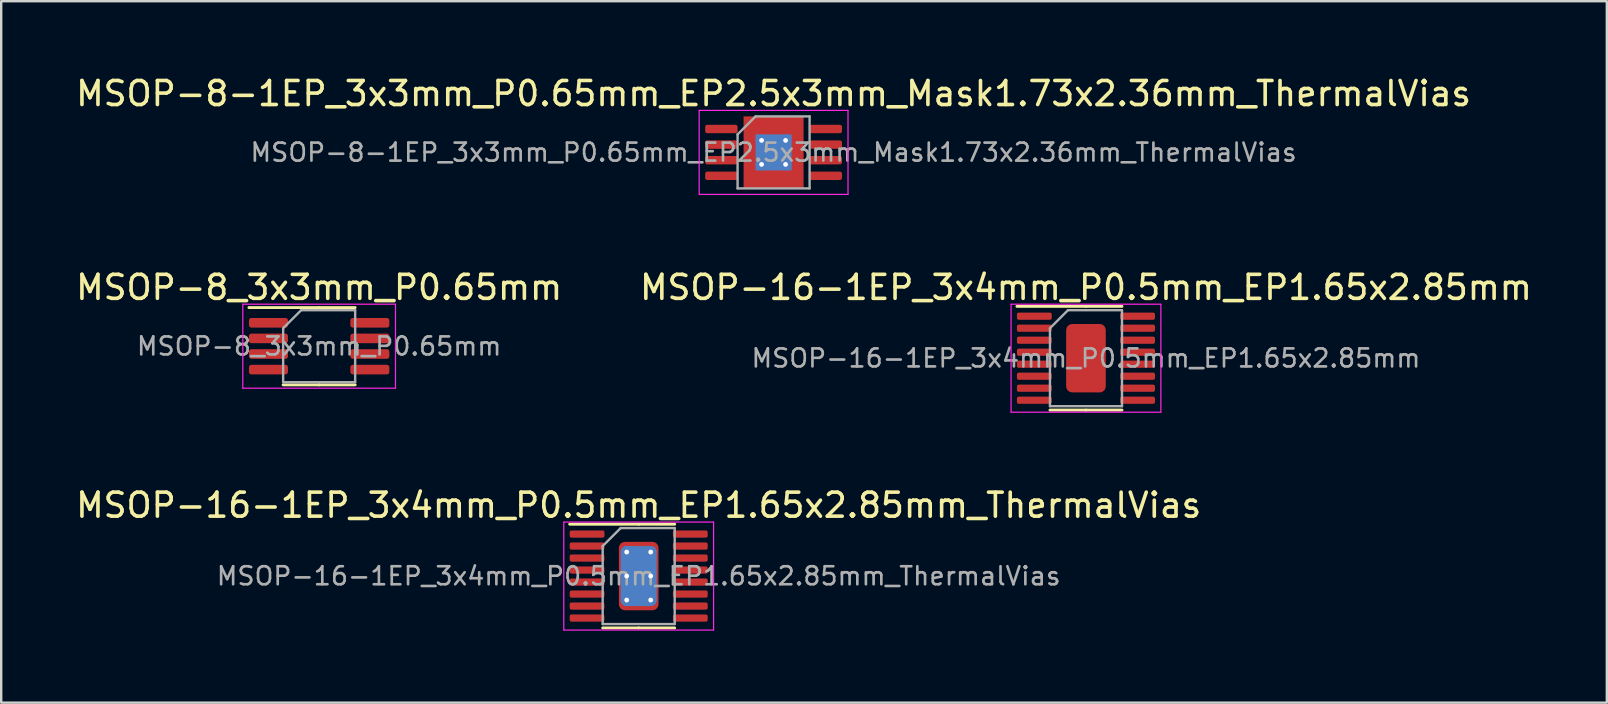
<source format=kicad_pcb>
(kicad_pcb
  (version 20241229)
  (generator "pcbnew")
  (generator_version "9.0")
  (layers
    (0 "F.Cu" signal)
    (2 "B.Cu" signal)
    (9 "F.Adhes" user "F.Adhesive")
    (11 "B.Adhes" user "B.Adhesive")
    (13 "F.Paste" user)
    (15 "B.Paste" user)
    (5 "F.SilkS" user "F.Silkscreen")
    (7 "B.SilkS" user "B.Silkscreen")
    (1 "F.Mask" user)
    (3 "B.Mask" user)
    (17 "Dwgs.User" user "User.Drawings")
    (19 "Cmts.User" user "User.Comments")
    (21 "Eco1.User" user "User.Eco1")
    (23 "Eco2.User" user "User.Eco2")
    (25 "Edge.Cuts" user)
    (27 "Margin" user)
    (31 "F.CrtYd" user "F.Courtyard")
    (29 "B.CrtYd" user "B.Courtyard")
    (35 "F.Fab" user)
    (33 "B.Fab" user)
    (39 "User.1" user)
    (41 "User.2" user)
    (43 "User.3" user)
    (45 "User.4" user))
  (footprint "MSOP-16-1EP_3x4mm_P0.5mm_EP1.65x2.85mm"
    (layer "F.Cu")
    (at 42.185 11.871)
    (property "Reference" "MSOP-16-1EP_3x4mm_P0.5mm_EP1.65x2.85mm" (at 0 -2.95 0) (layer "F.SilkS") (effects (font (size 1 1) (thickness 0.15))))
    (attr smd)
    (fp_line (start 0 -2.16) (end -2.875 -2.16) (stroke (width 0.12) (type solid)) (layer "F.SilkS"))
    (fp_line (start 0 -2.16) (end 1.5 -2.16) (stroke (width 0.12) (type solid)) (layer "F.SilkS"))
    (fp_line (start 0 2.16) (end -1.5 2.16) (stroke (width 0.12) (type solid)) (layer "F.SilkS"))
    (fp_line (start 0 2.16) (end 1.5 2.16) (stroke (width 0.12) (type solid)) (layer "F.SilkS"))
    (fp_line (start -3.12 -2.25) (end -3.12 2.25) (stroke (width 0.05) (type solid)) (layer "F.CrtYd"))
    (fp_line (start -3.12 2.25) (end 3.12 2.25) (stroke (width 0.05) (type solid)) (layer "F.CrtYd"))
    (fp_line (start 3.12 -2.25) (end -3.12 -2.25) (stroke (width 0.05) (type solid)) (layer "F.CrtYd"))
    (fp_line (start 3.12 2.25) (end 3.12 -2.25) (stroke (width 0.05) (type solid)) (layer "F.CrtYd"))
    (fp_line (start -1.5 -1.25) (end -0.75 -2) (stroke (width 0.1) (type solid)) (layer "F.Fab"))
    (fp_line (start -1.5 2) (end -1.5 -1.25) (stroke (width 0.1) (type solid)) (layer "F.Fab"))
    (fp_line (start -0.75 -2) (end 1.5 -2) (stroke (width 0.1) (type solid)) (layer "F.Fab"))
    (fp_line (start 1.5 -2) (end 1.5 2) (stroke (width 0.1) (type solid)) (layer "F.Fab"))
    (fp_line (start 1.5 2) (end -1.5 2) (stroke (width 0.1) (type solid)) (layer "F.Fab"))
    (fp_text user "${REFERENCE}" (at 0 0 0) (layer "F.Fab") (effects (font (size 0.75 0.75) (thickness 0.11))))
    (pad "" smd roundrect (at -0.41 -0.71) (size 0.67 1.15) (layers "F.Paste") (roundrect_rratio 0.25))
    (pad "" smd roundrect (at -0.41 0.71) (size 0.67 1.15) (layers "F.Paste") (roundrect_rratio 0.25))
    (pad "" smd roundrect (at 0.41 -0.71) (size 0.67 1.15) (layers "F.Paste") (roundrect_rratio 0.25))
    (pad "" smd roundrect (at 0.41 0.71) (size 0.67 1.15) (layers "F.Paste") (roundrect_rratio 0.25))
    (pad "1" smd roundrect (at -2.15 -1.75) (size 1.45 0.3) (layers "F.Cu" "F.Mask" "F.Paste") (roundrect_rratio 0.25))
    (pad "2" smd roundrect (at -2.15 -1.25) (size 1.45 0.3) (layers "F.Cu" "F.Mask" "F.Paste") (roundrect_rratio 0.25))
    (pad "3" smd roundrect (at -2.15 -0.75) (size 1.45 0.3) (layers "F.Cu" "F.Mask" "F.Paste") (roundrect_rratio 0.25))
    (pad "4" smd roundrect (at -2.15 -0.25) (size 1.45 0.3) (layers "F.Cu" "F.Mask" "F.Paste") (roundrect_rratio 0.25))
    (pad "5" smd roundrect (at -2.15 0.25) (size 1.45 0.3) (layers "F.Cu" "F.Mask" "F.Paste") (roundrect_rratio 0.25))
    (pad "6" smd roundrect (at -2.15 0.75) (size 1.45 0.3) (layers "F.Cu" "F.Mask" "F.Paste") (roundrect_rratio 0.25))
    (pad "7" smd roundrect (at -2.15 1.25) (size 1.45 0.3) (layers "F.Cu" "F.Mask" "F.Paste") (roundrect_rratio 0.25))
    (pad "8" smd roundrect (at -2.15 1.75) (size 1.45 0.3) (layers "F.Cu" "F.Mask" "F.Paste") (roundrect_rratio 0.25))
    (pad "9" smd roundrect (at 2.15 1.75) (size 1.45 0.3) (layers "F.Cu" "F.Mask" "F.Paste") (roundrect_rratio 0.25))
    (pad "10" smd roundrect (at 2.15 1.25) (size 1.45 0.3) (layers "F.Cu" "F.Mask" "F.Paste") (roundrect_rratio 0.25))
    (pad "11" smd roundrect (at 2.15 0.75) (size 1.45 0.3) (layers "F.Cu" "F.Mask" "F.Paste") (roundrect_rratio 0.25))
    (pad "12" smd roundrect (at 2.15 0.25) (size 1.45 0.3) (layers "F.Cu" "F.Mask" "F.Paste") (roundrect_rratio 0.25))
    (pad "13" smd roundrect (at 2.15 -0.25) (size 1.45 0.3) (layers "F.Cu" "F.Mask" "F.Paste") (roundrect_rratio 0.25))
    (pad "14" smd roundrect (at 2.15 -0.75) (size 1.45 0.3) (layers "F.Cu" "F.Mask" "F.Paste") (roundrect_rratio 0.25))
    (pad "15" smd roundrect (at 2.15 -1.25) (size 1.45 0.3) (layers "F.Cu" "F.Mask" "F.Paste") (roundrect_rratio 0.25))
    (pad "16" smd roundrect (at 2.15 -1.75) (size 1.45 0.3) (layers "F.Cu" "F.Mask" "F.Paste") (roundrect_rratio 0.25))
    (pad "17" smd roundrect (at 0 0) (size 1.65 2.85) (layers "F.Cu" "F.Mask") (roundrect_rratio 0.152)))
  (footprint "MSOP-8-1EP_3x3mm_P0.65mm_EP2.5x3mm_Mask1.73x2.36mm_ThermalVias"
    (layer "F.Cu")
    (at 29.173 3.298)
    (property "Reference" "MSOP-8-1EP_3x3mm_P0.65mm_EP2.5x3mm_Mask1.73x2.36mm_ThermalVias" (at 0 -2.45 0) (layer "F.SilkS") (effects (font (size 1 1) (thickness 0.15))))
    (attr smd)
    (fp_line (start -3.1 -1.75) (end -3.1 1.75) (stroke (width 0.05) (type solid)) (layer "F.CrtYd"))
    (fp_line (start -3.1 1.75) (end 3.1 1.75) (stroke (width 0.05) (type solid)) (layer "F.CrtYd"))
    (fp_line (start 3.1 -1.75) (end -3.1 -1.75) (stroke (width 0.05) (type solid)) (layer "F.CrtYd"))
    (fp_line (start 3.1 1.75) (end 3.1 -1.75) (stroke (width 0.05) (type solid)) (layer "F.CrtYd"))
    (fp_line (start -1.5 -0.75) (end -0.75 -1.5) (stroke (width 0.1) (type solid)) (layer "F.Fab"))
    (fp_line (start -1.5 1.5) (end -1.5 -0.75) (stroke (width 0.1) (type solid)) (layer "F.Fab"))
    (fp_line (start -0.75 -1.5) (end 1.5 -1.5) (stroke (width 0.1) (type solid)) (layer "F.Fab"))
    (fp_line (start 1.5 -1.5) (end 1.5 1.5) (stroke (width 0.1) (type solid)) (layer "F.Fab"))
    (fp_line (start 1.5 1.5) (end -1.5 1.5) (stroke (width 0.1) (type solid)) (layer "F.Fab"))
    (fp_text user "${REFERENCE}" (at 0 0 0) (layer "F.Fab") (effects (font (size 0.75 0.75) (thickness 0.11))))
    (pad "" smd roundrect (at -0.43 -0.59) (size 0.72 0.99) (layers "F.Paste") (roundrect_rratio 0.25))
    (pad "" smd roundrect (at -0.43 0.59) (size 0.72 0.99) (layers "F.Paste") (roundrect_rratio 0.25))
    (pad "" smd rect (at 0 0) (size 1.73 2.36) (layers "F.Mask"))
    (pad "" smd roundrect (at 0.43 -0.59) (size 0.72 0.99) (layers "F.Paste") (roundrect_rratio 0.25))
    (pad "" smd roundrect (at 0.43 0.59) (size 0.72 0.99) (layers "F.Paste") (roundrect_rratio 0.25))
    (pad "1" smd roundrect (at -2.175 -0.975) (size 1.35 0.35) (layers "F.Cu" "F.Mask" "F.Paste") (roundrect_rratio 0.25))
    (pad "2" smd roundrect (at -2.175 -0.325) (size 1.35 0.35) (layers "F.Cu" "F.Mask" "F.Paste") (roundrect_rratio 0.25))
    (pad "3" smd roundrect (at -2.175 0.325) (size 1.35 0.35) (layers "F.Cu" "F.Mask" "F.Paste") (roundrect_rratio 0.25))
    (pad "4" smd roundrect (at -2.175 0.975) (size 1.35 0.35) (layers "F.Cu" "F.Mask" "F.Paste") (roundrect_rratio 0.25))
    (pad "5" smd roundrect (at 2.175 0.975) (size 1.35 0.35) (layers "F.Cu" "F.Mask" "F.Paste") (roundrect_rratio 0.25))
    (pad "6" smd roundrect (at 2.175 0.325) (size 1.35 0.35) (layers "F.Cu" "F.Mask" "F.Paste") (roundrect_rratio 0.25))
    (pad "7" smd roundrect (at 2.175 -0.325) (size 1.35 0.35) (layers "F.Cu" "F.Mask" "F.Paste") (roundrect_rratio 0.25))
    (pad "8" smd roundrect (at 2.175 -0.975) (size 1.35 0.35) (layers "F.Cu" "F.Mask" "F.Paste") (roundrect_rratio 0.25))
    (pad "9" thru_hole circle (at -0.5 -0.5) (size 0.5 0.5) (drill 0.2) (layers "*.Cu"))
    (pad "9" thru_hole circle (at -0.5 0.5) (size 0.5 0.5) (drill 0.2) (layers "*.Cu"))
    (pad "9" smd rect (at 0 0) (size 1.5 1.5) (layers "B.Cu"))
    (pad "9" smd rect (at 0 0) (size 2.5 3) (layers "F.Cu"))
    (pad "9" thru_hole circle (at 0.5 -0.5) (size 0.5 0.5) (drill 0.2) (layers "*.Cu"))
    (pad "9" thru_hole circle (at 0.5 0.5) (size 0.5 0.5) (drill 0.2) (layers "*.Cu")))
  (footprint "MSOP-16-1EP_3x4mm_P0.5mm_EP1.65x2.85mm_ThermalVias"
    (layer "F.Cu")
    (at 23.554 20.945)
    (property "Reference" "MSOP-16-1EP_3x4mm_P0.5mm_EP1.65x2.85mm_ThermalVias" (at 0 -2.95 0) (layer "F.SilkS") (effects (font (size 1 1) (thickness 0.15))))
    (attr smd)
    (fp_line (start 0 -2.16) (end -2.875 -2.16) (stroke (width 0.12) (type solid)) (layer "F.SilkS"))
    (fp_line (start 0 -2.16) (end 1.5 -2.16) (stroke (width 0.12) (type solid)) (layer "F.SilkS"))
    (fp_line (start 0 2.16) (end -1.5 2.16) (stroke (width 0.12) (type solid)) (layer "F.SilkS"))
    (fp_line (start 0 2.16) (end 1.5 2.16) (stroke (width 0.12) (type solid)) (layer "F.SilkS"))
    (fp_line (start -3.12 -2.25) (end -3.12 2.25) (stroke (width 0.05) (type solid)) (layer "F.CrtYd"))
    (fp_line (start -3.12 2.25) (end 3.12 2.25) (stroke (width 0.05) (type solid)) (layer "F.CrtYd"))
    (fp_line (start 3.12 -2.25) (end -3.12 -2.25) (stroke (width 0.05) (type solid)) (layer "F.CrtYd"))
    (fp_line (start 3.12 2.25) (end 3.12 -2.25) (stroke (width 0.05) (type solid)) (layer "F.CrtYd"))
    (fp_line (start -1.5 -1.25) (end -0.75 -2) (stroke (width 0.1) (type solid)) (layer "F.Fab"))
    (fp_line (start -1.5 2) (end -1.5 -1.25) (stroke (width 0.1) (type solid)) (layer "F.Fab"))
    (fp_line (start -0.75 -2) (end 1.5 -2) (stroke (width 0.1) (type solid)) (layer "F.Fab"))
    (fp_line (start 1.5 -2) (end 1.5 2) (stroke (width 0.1) (type solid)) (layer "F.Fab"))
    (fp_line (start 1.5 2) (end -1.5 2) (stroke (width 0.1) (type solid)) (layer "F.Fab"))
    (fp_text user "${REFERENCE}" (at 0 0 0) (layer "F.Fab") (effects (font (size 0.75 0.75) (thickness 0.11))))
    (pad "" smd roundrect (at -0.41 -0.71) (size 0.69 1.19) (layers "F.Paste") (roundrect_rratio 0.25))
    (pad "" smd roundrect (at -0.41 0.71) (size 0.69 1.19) (layers "F.Paste") (roundrect_rratio 0.25))
    (pad "" smd roundrect (at 0.41 -0.71) (size 0.69 1.19) (layers "F.Paste") (roundrect_rratio 0.25))
    (pad "" smd roundrect (at 0.41 0.71) (size 0.69 1.19) (layers "F.Paste") (roundrect_rratio 0.25))
    (pad "1" smd roundrect (at -2.15 -1.75) (size 1.45 0.3) (layers "F.Cu" "F.Mask" "F.Paste") (roundrect_rratio 0.25))
    (pad "2" smd roundrect (at -2.15 -1.25) (size 1.45 0.3) (layers "F.Cu" "F.Mask" "F.Paste") (roundrect_rratio 0.25))
    (pad "3" smd roundrect (at -2.15 -0.75) (size 1.45 0.3) (layers "F.Cu" "F.Mask" "F.Paste") (roundrect_rratio 0.25))
    (pad "4" smd roundrect (at -2.15 -0.25) (size 1.45 0.3) (layers "F.Cu" "F.Mask" "F.Paste") (roundrect_rratio 0.25))
    (pad "5" smd roundrect (at -2.15 0.25) (size 1.45 0.3) (layers "F.Cu" "F.Mask" "F.Paste") (roundrect_rratio 0.25))
    (pad "6" smd roundrect (at -2.15 0.75) (size 1.45 0.3) (layers "F.Cu" "F.Mask" "F.Paste") (roundrect_rratio 0.25))
    (pad "7" smd roundrect (at -2.15 1.25) (size 1.45 0.3) (layers "F.Cu" "F.Mask" "F.Paste") (roundrect_rratio 0.25))
    (pad "8" smd roundrect (at -2.15 1.75) (size 1.45 0.3) (layers "F.Cu" "F.Mask" "F.Paste") (roundrect_rratio 0.25))
    (pad "9" smd roundrect (at 2.15 1.75) (size 1.45 0.3) (layers "F.Cu" "F.Mask" "F.Paste") (roundrect_rratio 0.25))
    (pad "10" smd roundrect (at 2.15 1.25) (size 1.45 0.3) (layers "F.Cu" "F.Mask" "F.Paste") (roundrect_rratio 0.25))
    (pad "11" smd roundrect (at 2.15 0.75) (size 1.45 0.3) (layers "F.Cu" "F.Mask" "F.Paste") (roundrect_rratio 0.25))
    (pad "12" smd roundrect (at 2.15 0.25) (size 1.45 0.3) (layers "F.Cu" "F.Mask" "F.Paste") (roundrect_rratio 0.25))
    (pad "13" smd roundrect (at 2.15 -0.25) (size 1.45 0.3) (layers "F.Cu" "F.Mask" "F.Paste") (roundrect_rratio 0.25))
    (pad "14" smd roundrect (at 2.15 -0.75) (size 1.45 0.3) (layers "F.Cu" "F.Mask" "F.Paste") (roundrect_rratio 0.25))
    (pad "15" smd roundrect (at 2.15 -1.25) (size 1.45 0.3) (layers "F.Cu" "F.Mask" "F.Paste") (roundrect_rratio 0.25))
    (pad "16" smd roundrect (at 2.15 -1.75) (size 1.45 0.3) (layers "F.Cu" "F.Mask" "F.Paste") (roundrect_rratio 0.25))
    (pad "17" thru_hole circle (at -0.5 -1) (size 0.5 0.5) (drill 0.2) (layers "*.Cu"))
    (pad "17" thru_hole circle (at -0.5 0) (size 0.5 0.5) (drill 0.2) (layers "*.Cu"))
    (pad "17" thru_hole circle (at -0.5 1) (size 0.5 0.5) (drill 0.2) (layers "*.Cu"))
    (pad "17" smd roundrect (at 0 0) (size 1.5 2.5) (layers "B.Cu") (roundrect_rratio 0.167))
    (pad "17" smd roundrect (at 0 0) (size 1.65 2.85) (layers "F.Cu" "F.Mask") (roundrect_rratio 0.152))
    (pad "17" thru_hole circle (at 0.5 -1) (size 0.5 0.5) (drill 0.2) (layers "*.Cu"))
    (pad "17" thru_hole circle (at 0.5 0) (size 0.5 0.5) (drill 0.2) (layers "*.Cu"))
    (pad "17" thru_hole circle (at 0.5 1) (size 0.5 0.5) (drill 0.2) (layers "*.Cu")))
  (footprint "MSOP-8_3x3mm_P0.65mm"
    (layer "F.Cu")
    (at 10.244 11.371)
    (property "Reference" "MSOP-8_3x3mm_P0.65mm" (at 0 -2.45 0) (layer "F.SilkS") (effects (font (size 1 1) (thickness 0.15))))
    (attr smd)
    (fp_line (start 0 -1.61) (end -2.925 -1.61) (stroke (width 0.12) (type solid)) (layer "F.SilkS"))
    (fp_line (start 0 -1.61) (end 1.5 -1.61) (stroke (width 0.12) (type solid)) (layer "F.SilkS"))
    (fp_line (start 0 1.61) (end -1.5 1.61) (stroke (width 0.12) (type solid)) (layer "F.SilkS"))
    (fp_line (start 0 1.61) (end 1.5 1.61) (stroke (width 0.12) (type solid)) (layer "F.SilkS"))
    (fp_line (start -3.18 -1.75) (end -3.18 1.75) (stroke (width 0.05) (type solid)) (layer "F.CrtYd"))
    (fp_line (start -3.18 1.75) (end 3.18 1.75) (stroke (width 0.05) (type solid)) (layer "F.CrtYd"))
    (fp_line (start 3.18 -1.75) (end -3.18 -1.75) (stroke (width 0.05) (type solid)) (layer "F.CrtYd"))
    (fp_line (start 3.18 1.75) (end 3.18 -1.75) (stroke (width 0.05) (type solid)) (layer "F.CrtYd"))
    (fp_line (start -1.5 -0.75) (end -0.75 -1.5) (stroke (width 0.1) (type solid)) (layer "F.Fab"))
    (fp_line (start -1.5 1.5) (end -1.5 -0.75) (stroke (width 0.1) (type solid)) (layer "F.Fab"))
    (fp_line (start -0.75 -1.5) (end 1.5 -1.5) (stroke (width 0.1) (type solid)) (layer "F.Fab"))
    (fp_line (start 1.5 -1.5) (end 1.5 1.5) (stroke (width 0.1) (type solid)) (layer "F.Fab"))
    (fp_line (start 1.5 1.5) (end -1.5 1.5) (stroke (width 0.1) (type solid)) (layer "F.Fab"))
    (fp_text user "${REFERENCE}" (at 0 0 0) (layer "F.Fab") (effects (font (size 0.75 0.75) (thickness 0.11))))
    (pad "1" smd roundrect (at -2.112 -0.975) (size 1.625 0.4) (layers "F.Cu" "F.Mask" "F.Paste") (roundrect_rratio 0.25))
    (pad "2" smd roundrect (at -2.112 -0.325) (size 1.625 0.4) (layers "F.Cu" "F.Mask" "F.Paste") (roundrect_rratio 0.25))
    (pad "3" smd roundrect (at -2.112 0.325) (size 1.625 0.4) (layers "F.Cu" "F.Mask" "F.Paste") (roundrect_rratio 0.25))
    (pad "4" smd roundrect (at -2.112 0.975) (size 1.625 0.4) (layers "F.Cu" "F.Mask" "F.Paste") (roundrect_rratio 0.25))
    (pad "5" smd roundrect (at 2.112 0.975) (size 1.625 0.4) (layers "F.Cu" "F.Mask" "F.Paste") (roundrect_rratio 0.25))
    (pad "6" smd roundrect (at 2.112 0.325) (size 1.625 0.4) (layers "F.Cu" "F.Mask" "F.Paste") (roundrect_rratio 0.25))
    (pad "7" smd roundrect (at 2.112 -0.325) (size 1.625 0.4) (layers "F.Cu" "F.Mask" "F.Paste") (roundrect_rratio 0.25))
    (pad "8" smd roundrect (at 2.112 -0.975) (size 1.625 0.4) (layers "F.Cu" "F.Mask" "F.Paste") (roundrect_rratio 0.25)))
  (gr_rect
    (start -3 -3)
    (end 63.881 26.22)
    (stroke (width 0.1) (type default))
    (fill no)
    (layer "Edge.Cuts")))
</source>
